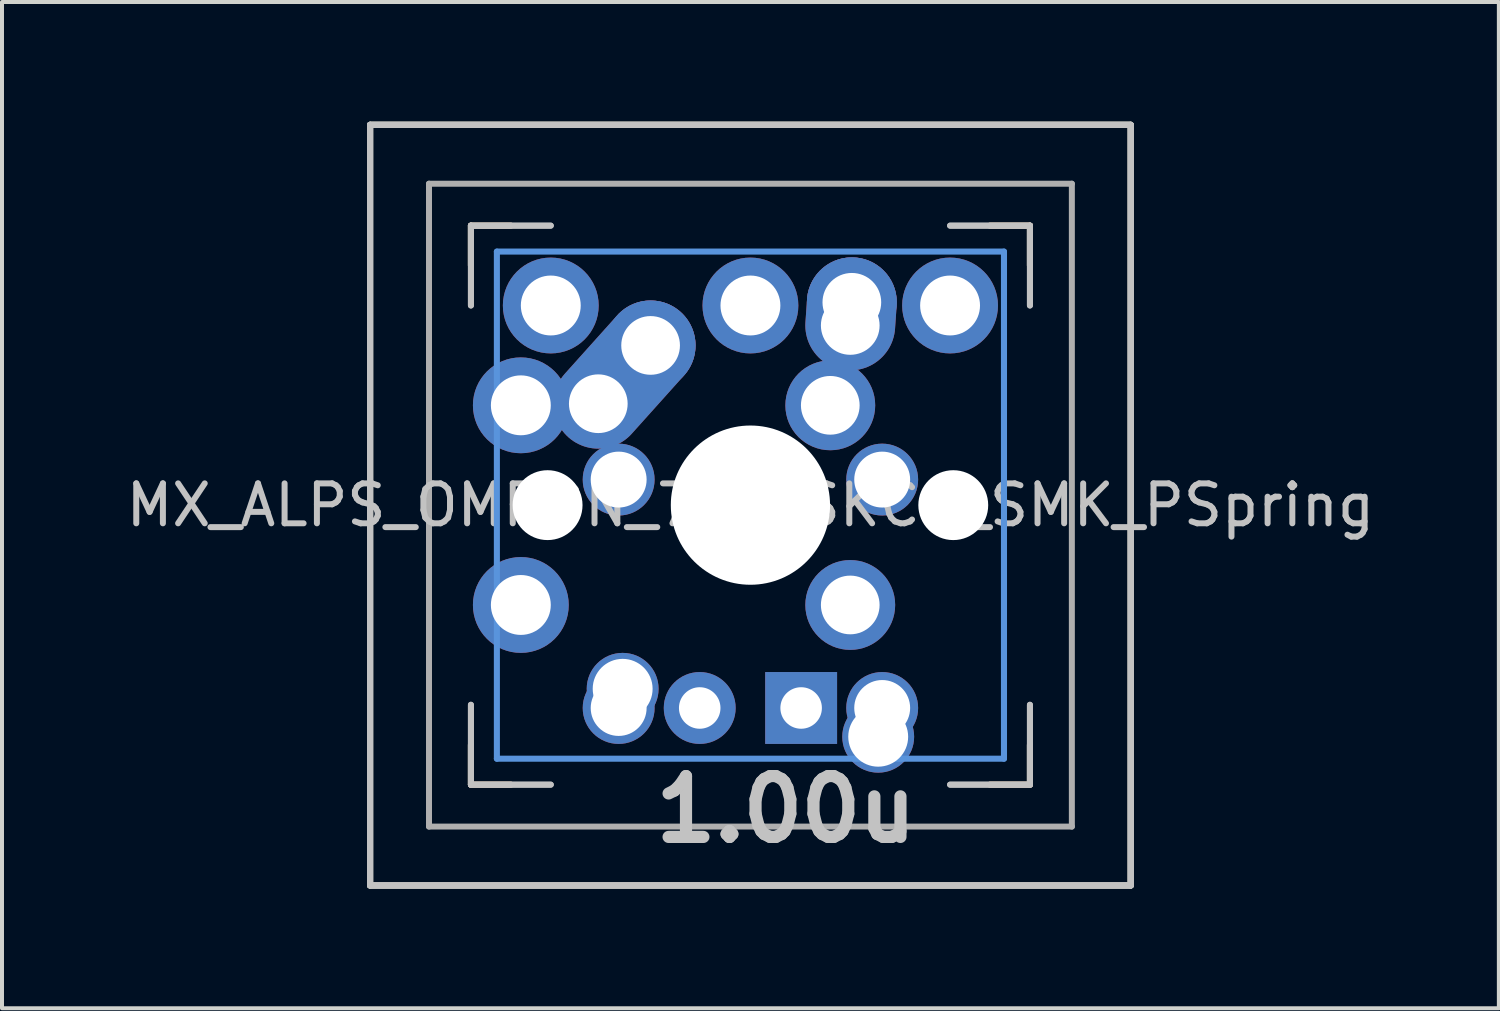
<source format=kicad_pcb>
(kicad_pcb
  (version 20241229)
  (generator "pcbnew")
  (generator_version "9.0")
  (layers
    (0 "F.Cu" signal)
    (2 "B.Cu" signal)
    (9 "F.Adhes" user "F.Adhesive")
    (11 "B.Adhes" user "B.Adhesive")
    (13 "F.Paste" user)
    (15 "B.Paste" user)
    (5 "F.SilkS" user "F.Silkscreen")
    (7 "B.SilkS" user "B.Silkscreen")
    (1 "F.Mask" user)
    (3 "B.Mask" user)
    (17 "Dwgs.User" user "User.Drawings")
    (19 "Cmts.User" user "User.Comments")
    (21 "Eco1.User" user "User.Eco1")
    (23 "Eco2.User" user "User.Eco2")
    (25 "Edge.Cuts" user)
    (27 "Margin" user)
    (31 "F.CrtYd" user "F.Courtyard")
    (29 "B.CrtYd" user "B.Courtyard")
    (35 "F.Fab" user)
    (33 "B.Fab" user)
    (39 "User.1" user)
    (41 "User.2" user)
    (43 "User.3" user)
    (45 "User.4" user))
  (footprint "MX_ALPS_OMRON_725_SKCC_SMK_PSpring"
    (layer "F.Cu")
    (at 15.744 9.601)
    (property "Reference" "MX_ALPS_OMRON_725_SKCC_SMK_PSpring" (at 0 0 0) (layer "Dwgs.User") (effects (font (size 1 1) (thickness 0.15))))
    (fp_line (start -9.525 -9.525) (end -9.525 9.525) (stroke (width 0.15) (type solid)) (layer "F.SilkS"))
    (fp_line (start -9.525 9.525) (end 9.525 9.525) (stroke (width 0.15) (type solid)) (layer "F.SilkS"))
    (fp_line (start -7 -7) (end -7 -6) (stroke (width 0.15) (type solid)) (layer "F.SilkS"))
    (fp_line (start -7 6) (end -7 7) (stroke (width 0.15) (type solid)) (layer "F.SilkS"))
    (fp_line (start -7 7) (end -6 7) (stroke (width 0.15) (type solid)) (layer "F.SilkS"))
    (fp_line (start -6 -7) (end -7 -7) (stroke (width 0.15) (type solid)) (layer "F.SilkS"))
    (fp_line (start 0 1) (end 0 -1) (stroke (width 0.15) (type solid)) (layer "F.SilkS"))
    (fp_line (start 1 0) (end -1 0) (stroke (width 0.15) (type solid)) (layer "F.SilkS"))
    (fp_line (start 6 7) (end 7 7) (stroke (width 0.15) (type solid)) (layer "F.SilkS"))
    (fp_line (start 7 -7) (end 6 -7) (stroke (width 0.15) (type solid)) (layer "F.SilkS"))
    (fp_line (start 7 -6) (end 7 -7) (stroke (width 0.15) (type solid)) (layer "F.SilkS"))
    (fp_line (start 7 7) (end 7 6) (stroke (width 0.15) (type solid)) (layer "F.SilkS"))
    (fp_line (start 9.525 -9.525) (end -9.525 -9.525) (stroke (width 0.15) (type solid)) (layer "F.SilkS"))
    (fp_line (start 9.525 9.525) (end 9.525 -9.525) (stroke (width 0.15) (type solid)) (layer "F.SilkS"))
    (fp_line (start -7 -7) (end -7 -6) (stroke (width 0.15) (type solid)) (layer "B.SilkS"))
    (fp_line (start -7 6) (end -7 7) (stroke (width 0.15) (type solid)) (layer "B.SilkS"))
    (fp_line (start -7 7) (end -6 7) (stroke (width 0.15) (type solid)) (layer "B.SilkS"))
    (fp_line (start -6 -7) (end -7 -7) (stroke (width 0.15) (type solid)) (layer "B.SilkS"))
    (fp_line (start 0 -1) (end 0 1) (stroke (width 0.15) (type solid)) (layer "B.SilkS"))
    (fp_line (start 1 0) (end -1 0) (stroke (width 0.15) (type solid)) (layer "B.SilkS"))
    (fp_line (start 6 7) (end 7 7) (stroke (width 0.15) (type solid)) (layer "B.SilkS"))
    (fp_line (start 7 -7) (end 6 -7) (stroke (width 0.15) (type solid)) (layer "B.SilkS"))
    (fp_line (start 7 -6) (end 7 -7) (stroke (width 0.15) (type solid)) (layer "B.SilkS"))
    (fp_line (start 7 7) (end 7 6) (stroke (width 0.15) (type solid)) (layer "B.SilkS"))
    (fp_line (start -9.525 -9.525) (end -9.525 9.525) (stroke (width 0.15) (type solid)) (layer "Dwgs.User"))
    (fp_line (start -9.525 -9.525) (end 9.525 -9.525) (stroke (width 0.15) (type solid)) (layer "Dwgs.User"))
    (fp_line (start -9.525 -9.525) (end 9.525 -9.525) (stroke (width 0.15) (type solid)) (layer "Dwgs.User"))
    (fp_line (start -9.525 -9.525) (end 9.525 -9.525) (stroke (width 0.15) (type solid)) (layer "Dwgs.User"))
    (fp_line (start -9.525 -9.525) (end 9.525 -9.525) (stroke (width 0.152) (type solid)) (layer "Dwgs.User"))
    (fp_line (start -9.525 9.525) (end -9.525 -9.525) (stroke (width 0.15) (type solid)) (layer "Dwgs.User"))
    (fp_line (start -9.525 9.525) (end -9.525 -9.525) (stroke (width 0.15) (type solid)) (layer "Dwgs.User"))
    (fp_line (start -9.525 9.525) (end -9.525 -9.525) (stroke (width 0.152) (type solid)) (layer "Dwgs.User"))
    (fp_line (start -7 -7) (end -7 -5) (stroke (width 0.15) (type solid)) (layer "Dwgs.User"))
    (fp_line (start -7 -7) (end -7 -5) (stroke (width 0.15) (type solid)) (layer "Dwgs.User"))
    (fp_line (start -7 5) (end -7 7) (stroke (width 0.15) (type solid)) (layer "Dwgs.User"))
    (fp_line (start -7 5) (end -7 7) (stroke (width 0.15) (type solid)) (layer "Dwgs.User"))
    (fp_line (start -7 7) (end -5 7) (stroke (width 0.15) (type solid)) (layer "Dwgs.User"))
    (fp_line (start -7 7) (end -5 7) (stroke (width 0.15) (type solid)) (layer "Dwgs.User"))
    (fp_line (start -5 -7) (end -7 -7) (stroke (width 0.15) (type solid)) (layer "Dwgs.User"))
    (fp_line (start -5 -7) (end -7 -7) (stroke (width 0.15) (type solid)) (layer "Dwgs.User"))
    (fp_line (start 5 -7) (end 7 -7) (stroke (width 0.15) (type solid)) (layer "Dwgs.User"))
    (fp_line (start 5 7) (end 7 7) (stroke (width 0.15) (type solid)) (layer "Dwgs.User"))
    (fp_line (start 7 -7) (end 5 -7) (stroke (width 0.15) (type solid)) (layer "Dwgs.User"))
    (fp_line (start 7 -7) (end 7 -5) (stroke (width 0.15) (type solid)) (layer "Dwgs.User"))
    (fp_line (start 7 -5) (end 7 -7) (stroke (width 0.15) (type solid)) (layer "Dwgs.User"))
    (fp_line (start 7 5) (end 7 7) (stroke (width 0.15) (type solid)) (layer "Dwgs.User"))
    (fp_line (start 7 7) (end 5 7) (stroke (width 0.15) (type solid)) (layer "Dwgs.User"))
    (fp_line (start 7 7) (end 7 5) (stroke (width 0.15) (type solid)) (layer "Dwgs.User"))
    (fp_line (start 9.525 -9.525) (end 9.525 9.525) (stroke (width 0.15) (type solid)) (layer "Dwgs.User"))
    (fp_line (start 9.525 -9.525) (end 9.525 9.525) (stroke (width 0.15) (type solid)) (layer "Dwgs.User"))
    (fp_line (start 9.525 -9.525) (end 9.525 9.525) (stroke (width 0.15) (type solid)) (layer "Dwgs.User"))
    (fp_line (start 9.525 9.525) (end -9.525 9.525) (stroke (width 0.15) (type solid)) (layer "Dwgs.User"))
    (fp_line (start 9.525 9.525) (end -9.525 9.525) (stroke (width 0.15) (type solid)) (layer "Dwgs.User"))
    (fp_line (start 9.525 9.525) (end -9.525 9.525) (stroke (width 0.15) (type solid)) (layer "Dwgs.User"))
    (fp_line (start 9.525 -9.525) (end 9.525 9.525) (stroke (width 0.152) (type solid)) (layer "Dwgs.User"))
    (fp_line (start 9.525 9.525) (end -9.525 9.525) (stroke (width 0.152) (type solid)) (layer "Dwgs.User"))
    (fp_line (start -6.35 -6.35) (end 6.35 -6.35) (stroke (width 0.152) (type solid)) (layer "Cmts.User"))
    (fp_line (start -6.35 6.35) (end -6.35 -6.35) (stroke (width 0.152) (type solid)) (layer "Cmts.User"))
    (fp_line (start 6.35 -6.35) (end 6.35 6.35) (stroke (width 0.152) (type solid)) (layer "Cmts.User"))
    (fp_line (start 6.35 6.35) (end -6.35 6.35) (stroke (width 0.152) (type solid)) (layer "Cmts.User"))
    (fp_line (start -8.05 -8.05) (end -8.05 8.05) (stroke (width 0.15) (type solid)) (layer "F.Fab"))
    (fp_line (start -8.05 8.05) (end 8.05 8.05) (stroke (width 0.15) (type solid)) (layer "F.Fab"))
    (fp_line (start 8.05 -8.05) (end -8.05 -8.05) (stroke (width 0.15) (type solid)) (layer "F.Fab"))
    (fp_line (start 8.05 8.05) (end 8.05 -8.05) (stroke (width 0.15) (type solid)) (layer "F.Fab"))
    (fp_text user "1.00u" (at -2.54 7.62 0) (unlocked yes) (layer "Dwgs.User") (effects (font (size 1.524 1.524) (thickness 0.305)) (justify left)))
    (pad "" np_thru_hole circle (at -5.08 0 48.1) (size 1.75 1.75) (drill 1.75) (layers "*.Cu" "*.Mask"))
    (pad "" np_thru_hole circle (at 0 0) (size 3.988 3.988) (drill 3.988) (layers "*.Cu" "*.Mask"))
    (pad "" np_thru_hole circle (at 5.08 0 48.1) (size 1.75 1.75) (drill 1.75) (layers "*.Cu" "*.Mask"))
    (pad "1" thru_hole circle (at -5.75 -2.5 180) (size 2.4 2.4) (drill 1.5) (layers "*.Cu" "*.Mask"))
    (pad "1" thru_hole circle (at -5 -5 180) (size 2.4 2.4) (drill 1.5) (layers "*.Cu" "*.Mask"))
    (pad "1" thru_hole oval (at -3.81 -2.54 48.1) (size 4.212 2.25) (drill 1.47 (offset 0.981 0)) (layers "*.Cu" "B.Mask"))
    (pad "1" thru_hole circle (at -3.3 -0.64) (size 1.8 1.8) (drill 1.4) (layers "*.Cu" "*.Mask"))
    (pad "1" thru_hole circle (at -3.3 5.08) (size 1.8 1.8) (drill 1.4) (layers "*.Cu" "*.Mask"))
    (pad "1" thru_hole circle (at -3.2 4.6 180) (size 1.8 1.8) (drill 1.5) (layers "*.Cu" "*.Mask"))
    (pad "1" thru_hole circle (at -2.5 -4) (size 2.25 2.25) (drill 1.47) (layers "*.Cu" "B.Mask"))
    (pad "1" thru_hole circle (at 2.5 2.5 270) (size 2.25 2.25) (drill 1.47) (layers "*.Cu" "*.Mask"))
    (pad "1" thru_hole circle (at 5 -5 180) (size 2.4 2.4) (drill 1.5) (layers "*.Cu" "*.Mask"))
    (pad "2" thru_hole circle (at -5.75 2.5 180) (size 2.4 2.4) (drill oval 1.5) (layers "*.Cu" "*.Mask"))
    (pad "2" thru_hole circle (at 0.00004 -5 180) (size 2.4 2.4) (drill oval 1.5) (layers "*.Cu" "*.Mask"))
    (pad "2" thru_hole circle (at 2 -2.5 270) (size 2.25 2.25) (drill 1.47) (layers "*.Cu" "*.Mask"))
    (pad "2" thru_hole oval (at 2.5 -4.5 86.055) (size 2.831 2.25) (drill 1.47 (offset 0.291 0)) (layers "*.Cu" "B.Mask"))
    (pad "2" thru_hole circle (at 2.54 -5.08) (size 2.25 2.25) (drill 1.47) (layers "*.Cu" "B.Mask"))
    (pad "2" thru_hole circle (at 3.2 5.8 180) (size 1.8 1.8) (drill 1.5) (layers "*.Cu" "*.Mask"))
    (pad "2" thru_hole circle (at 3.3 -0.64) (size 1.8 1.8) (drill 1.4) (layers "*.Cu" "*.Mask"))
    (pad "2" thru_hole circle (at 3.3 5.08) (size 1.8 1.8) (drill 1.4) (layers "*.Cu" "*.Mask"))
    (pad "3" thru_hole circle (at -1.27 5.08) (size 1.8 1.8) (drill 1.04) (layers "*.Cu" "B.Mask"))
    (pad "4" thru_hole rect (at 1.27 5.08) (size 1.8 1.8) (drill 1.04) (layers "*.Cu" "B.Mask")))
  (gr_rect
    (start -3 -3)
    (end 34.488 22.202)
    (stroke (width 0.1) (type default))
    (fill no)
    (layer "Edge.Cuts")))
</source>
